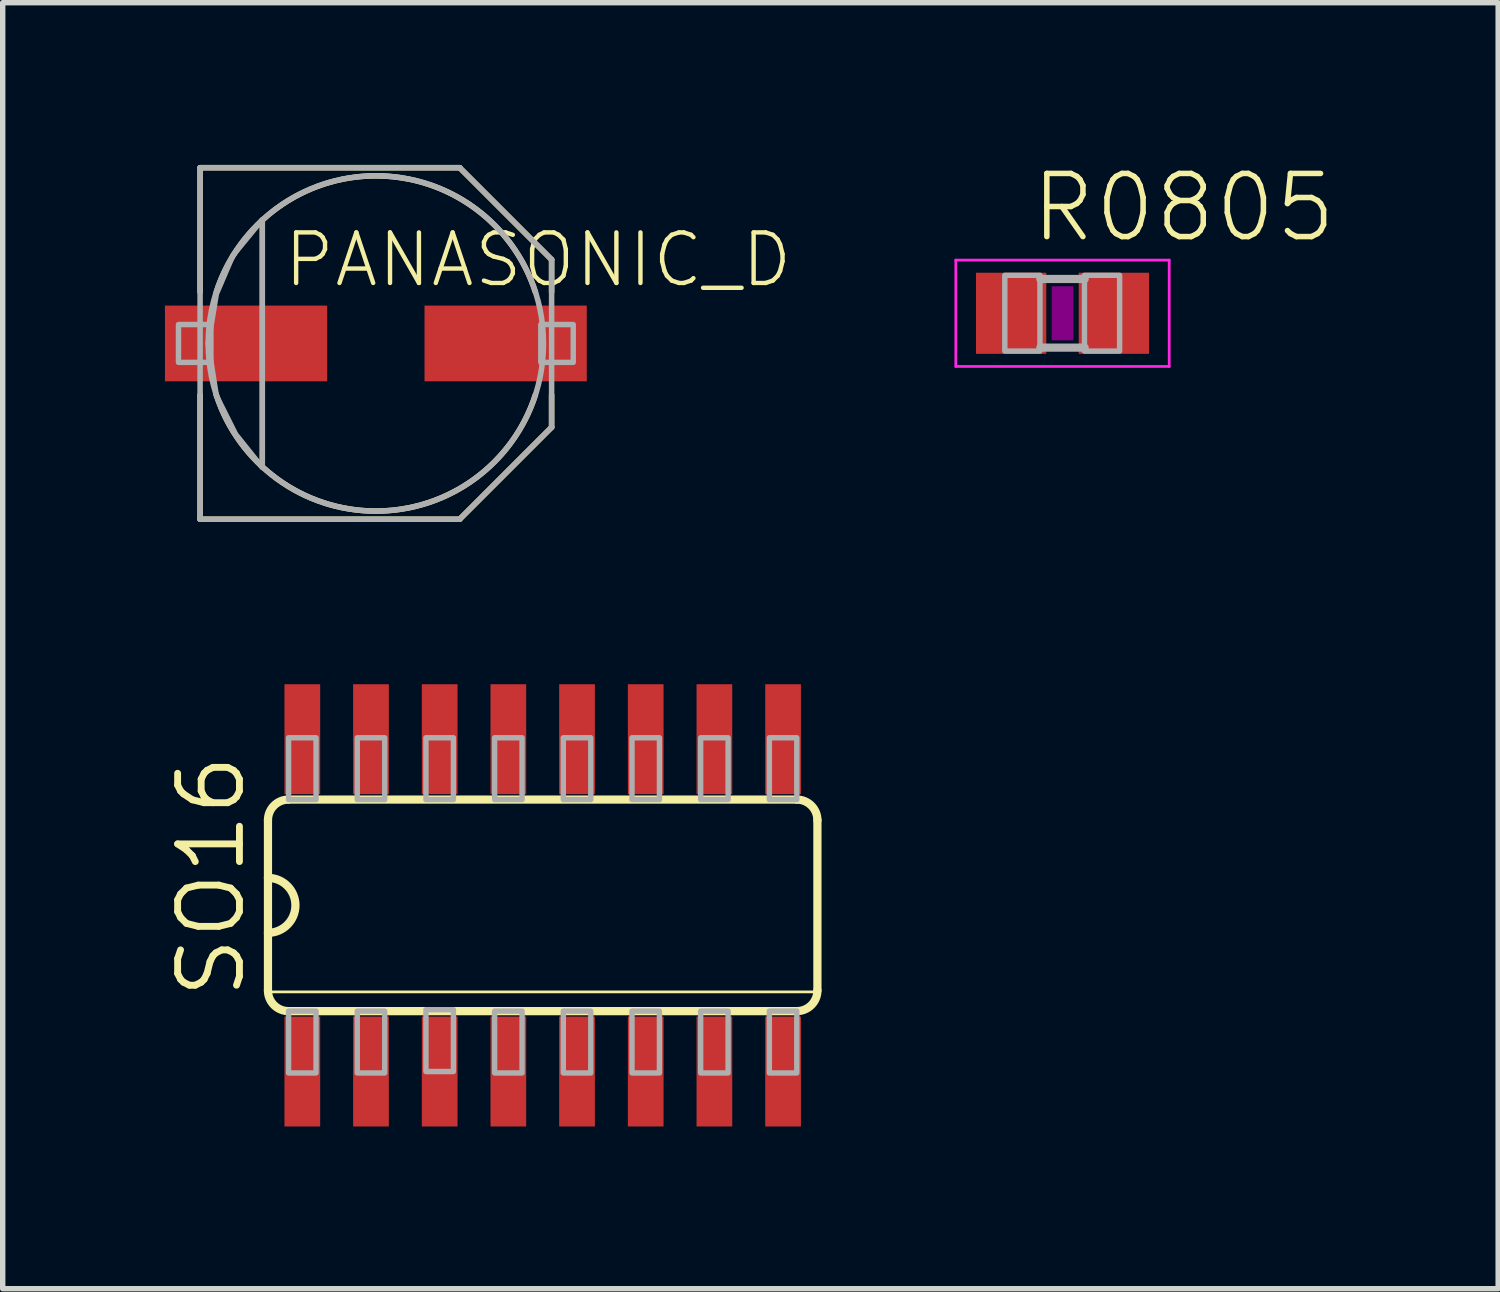
<source format=kicad_pcb>
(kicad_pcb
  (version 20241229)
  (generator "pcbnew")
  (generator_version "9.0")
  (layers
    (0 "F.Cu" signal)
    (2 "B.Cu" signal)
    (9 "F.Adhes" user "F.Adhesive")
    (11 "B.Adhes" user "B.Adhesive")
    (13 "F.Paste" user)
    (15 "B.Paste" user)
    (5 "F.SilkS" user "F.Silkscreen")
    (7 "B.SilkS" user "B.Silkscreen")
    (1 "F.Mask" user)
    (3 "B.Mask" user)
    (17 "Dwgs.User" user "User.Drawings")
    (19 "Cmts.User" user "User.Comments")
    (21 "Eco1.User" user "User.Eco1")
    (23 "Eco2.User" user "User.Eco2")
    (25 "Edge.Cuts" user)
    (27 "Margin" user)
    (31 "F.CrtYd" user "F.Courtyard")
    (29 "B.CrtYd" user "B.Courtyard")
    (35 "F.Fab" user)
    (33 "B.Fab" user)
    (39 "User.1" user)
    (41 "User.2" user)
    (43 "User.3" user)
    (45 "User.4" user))
  (footprint "R0805"
    (layer "F.Cu")
    (at 16.597 2.743)
    (property "Reference" "R0805" (at -0.635 -1.27 0) (layer "F.SilkS") (effects (font (size 1.168 1.168) (thickness 0.102)) (justify left bottom)))
    (fp_poly (pts (xy -0.2 0.5) (xy 0.2 0.5) (xy 0.2 -0.5) (xy -0.2 -0.5)) (stroke (width 0) (type solid)) (fill yes) (layer "F.Adhes"))
    (fp_line (start -1.973 -0.983) (end 1.973 -0.983) (stroke (width 0.051) (type solid)) (layer "F.CrtYd"))
    (fp_line (start -1.973 0.983) (end -1.973 -0.983) (stroke (width 0.051) (type solid)) (layer "F.CrtYd"))
    (fp_line (start 1.973 -0.983) (end 1.973 0.983) (stroke (width 0.051) (type solid)) (layer "F.CrtYd"))
    (fp_line (start 1.973 0.983) (end -1.973 0.983) (stroke (width 0.051) (type solid)) (layer "F.CrtYd"))
    (fp_line (start -0.41 -0.635) (end 0.41 -0.635) (stroke (width 0.152) (type solid)) (layer "F.Fab"))
    (fp_line (start -0.41 0.635) (end 0.41 0.635) (stroke (width 0.152) (type solid)) (layer "F.Fab"))
    (fp_poly (pts (xy -1.067 0.699) (xy -0.417 0.699) (xy -0.417 -0.702) (xy -1.067 -0.702)) (stroke (width 0.1) (type solid)) (fill no) (layer "F.Fab"))
    (fp_poly (pts (xy 0.406 0.699) (xy 1.056 0.699) (xy 1.056 -0.702) (xy 0.406 -0.702)) (stroke (width 0.1) (type solid)) (fill no) (layer "F.Fab"))
    (pad "1" smd rect (at -0.95 0) (size 1.3 1.5) (layers "F.Cu" "F.Mask" "F.Paste"))
    (pad "2" smd rect (at 0.95 0) (size 1.3 1.5) (layers "F.Cu" "F.Mask" "F.Paste")))
  (footprint "SO16"
    (layer "F.Cu")
    (at 6.985 13.691)
    (property "Reference" "SO16" (at -5.461 1.778 90) (layer "F.SilkS") (effects (font (size 1.143 1.143) (thickness 0.127)) (justify left bottom)))
    (fp_line (start -5.08 -1.575) (end -5.08 1.575) (stroke (width 0.152) (type solid)) (layer "F.SilkS"))
    (fp_line (start -5.08 1.6) (end 5.08 1.6) (stroke (width 0.051) (type solid)) (layer "F.SilkS"))
    (fp_line (start -4.699 1.956) (end 4.699 1.956) (stroke (width 0.152) (type solid)) (layer "F.SilkS"))
    (fp_line (start 4.699 -1.956) (end -4.699 -1.956) (stroke (width 0.152) (type solid)) (layer "F.SilkS"))
    (fp_line (start 5.08 1.575) (end 5.08 -1.575) (stroke (width 0.152) (type solid)) (layer "F.SilkS"))
    (fp_arc (start -5.08 -1.5748) (mid -4.968408 -1.844208) (end -4.699 -1.9558) (stroke (width 0.1524) (type solid)) (layer "F.SilkS"))
    (fp_arc (start -5.08 -0.508) (mid -4.572 0) (end -5.08 0.508) (stroke (width 0.1524) (type solid)) (layer "F.SilkS"))
    (fp_arc (start -4.699 1.9558) (mid -4.968408 1.844208) (end -5.08 1.5748) (stroke (width 0.1524) (type solid)) (layer "F.SilkS"))
    (fp_arc (start 4.699 -1.9558) (mid 4.968408 -1.844208) (end 5.08 -1.5748) (stroke (width 0.1524) (type solid)) (layer "F.SilkS"))
    (fp_arc (start 5.08 1.5748) (mid 4.968408 1.844208) (end 4.699 1.9558) (stroke (width 0.1524) (type solid)) (layer "F.SilkS"))
    (fp_poly (pts (xy -4.699 -1.956) (xy -4.191 -1.956) (xy -4.191 -3.099) (xy -4.699 -3.099)) (stroke (width 0.1) (type solid)) (fill no) (layer "F.Fab"))
    (fp_poly (pts (xy -4.699 3.099) (xy -4.191 3.099) (xy -4.191 1.956) (xy -4.699 1.956)) (stroke (width 0.1) (type solid)) (fill no) (layer "F.Fab"))
    (fp_poly (pts (xy -3.429 -1.956) (xy -2.921 -1.956) (xy -2.921 -3.099) (xy -3.429 -3.099)) (stroke (width 0.1) (type solid)) (fill no) (layer "F.Fab"))
    (fp_poly (pts (xy -3.429 3.099) (xy -2.921 3.099) (xy -2.921 1.956) (xy -3.429 1.956)) (stroke (width 0.1) (type solid)) (fill no) (layer "F.Fab"))
    (fp_poly (pts (xy -2.159 -1.956) (xy -1.651 -1.956) (xy -1.651 -3.099) (xy -2.159 -3.099)) (stroke (width 0.1) (type solid)) (fill no) (layer "F.Fab"))
    (fp_poly (pts (xy -2.159 3.073) (xy -1.651 3.073) (xy -1.651 1.93) (xy -2.159 1.93)) (stroke (width 0.1) (type solid)) (fill no) (layer "F.Fab"))
    (fp_poly (pts (xy -0.889 -1.956) (xy -0.381 -1.956) (xy -0.381 -3.099) (xy -0.889 -3.099)) (stroke (width 0.1) (type solid)) (fill no) (layer "F.Fab"))
    (fp_poly (pts (xy -0.889 3.099) (xy -0.381 3.099) (xy -0.381 1.956) (xy -0.889 1.956)) (stroke (width 0.1) (type solid)) (fill no) (layer "F.Fab"))
    (fp_poly (pts (xy 0.381 -1.956) (xy 0.889 -1.956) (xy 0.889 -3.099) (xy 0.381 -3.099)) (stroke (width 0.1) (type solid)) (fill no) (layer "F.Fab"))
    (fp_poly (pts (xy 0.381 3.099) (xy 0.889 3.099) (xy 0.889 1.956) (xy 0.381 1.956)) (stroke (width 0.1) (type solid)) (fill no) (layer "F.Fab"))
    (fp_poly (pts (xy 1.651 -1.956) (xy 2.159 -1.956) (xy 2.159 -3.099) (xy 1.651 -3.099)) (stroke (width 0.1) (type solid)) (fill no) (layer "F.Fab"))
    (fp_poly (pts (xy 1.651 3.099) (xy 2.159 3.099) (xy 2.159 1.956) (xy 1.651 1.956)) (stroke (width 0.1) (type solid)) (fill no) (layer "F.Fab"))
    (fp_poly (pts (xy 2.921 -1.956) (xy 3.429 -1.956) (xy 3.429 -3.099) (xy 2.921 -3.099)) (stroke (width 0.1) (type solid)) (fill no) (layer "F.Fab"))
    (fp_poly (pts (xy 2.921 3.099) (xy 3.429 3.099) (xy 3.429 1.956) (xy 2.921 1.956)) (stroke (width 0.1) (type solid)) (fill no) (layer "F.Fab"))
    (fp_poly (pts (xy 4.191 -1.956) (xy 4.699 -1.956) (xy 4.699 -3.099) (xy 4.191 -3.099)) (stroke (width 0.1) (type solid)) (fill no) (layer "F.Fab"))
    (fp_poly (pts (xy 4.191 3.099) (xy 4.699 3.099) (xy 4.699 1.956) (xy 4.191 1.956)) (stroke (width 0.1) (type solid)) (fill no) (layer "F.Fab"))
    (pad "1" smd rect (at -4.445 3.073) (size 0.66 2.032) (layers "F.Cu" "F.Mask" "F.Paste"))
    (pad "2" smd rect (at -3.175 3.073) (size 0.66 2.032) (layers "F.Cu" "F.Mask" "F.Paste"))
    (pad "3" smd rect (at -1.905 3.073) (size 0.66 2.032) (layers "F.Cu" "F.Mask" "F.Paste"))
    (pad "4" smd rect (at -0.635 3.073) (size 0.66 2.032) (layers "F.Cu" "F.Mask" "F.Paste"))
    (pad "5" smd rect (at 0.635 3.073) (size 0.66 2.032) (layers "F.Cu" "F.Mask" "F.Paste"))
    (pad "6" smd rect (at 1.905 3.073) (size 0.66 2.032) (layers "F.Cu" "F.Mask" "F.Paste"))
    (pad "7" smd rect (at 3.175 3.073) (size 0.66 2.032) (layers "F.Cu" "F.Mask" "F.Paste"))
    (pad "8" smd rect (at 4.445 3.073) (size 0.66 2.032) (layers "F.Cu" "F.Mask" "F.Paste"))
    (pad "9" smd rect (at 4.445 -3.073) (size 0.66 2.032) (layers "F.Cu" "F.Mask" "F.Paste"))
    (pad "10" smd rect (at 3.175 -3.073) (size 0.66 2.032) (layers "F.Cu" "F.Mask" "F.Paste"))
    (pad "11" smd rect (at 1.905 -3.073) (size 0.66 2.032) (layers "F.Cu" "F.Mask" "F.Paste"))
    (pad "12" smd rect (at 0.635 -3.073) (size 0.66 2.032) (layers "F.Cu" "F.Mask" "F.Paste"))
    (pad "13" smd rect (at -0.635 -3.073) (size 0.66 2.032) (layers "F.Cu" "F.Mask" "F.Paste"))
    (pad "14" smd rect (at -1.905 -3.073) (size 0.66 2.032) (layers "F.Cu" "F.Mask" "F.Paste"))
    (pad "15" smd rect (at -3.175 -3.073) (size 0.66 2.032) (layers "F.Cu" "F.Mask" "F.Paste"))
    (pad "16" smd rect (at -4.445 -3.073) (size 0.66 2.032) (layers "F.Cu" "F.Mask" "F.Paste")))
  (footprint "PANASONIC_D"
    (layer "F.Cu")
    (at 3.9 3.301)
    (property "Reference" "PANASONIC_D" (at -1.75 -1 0) (layer "F.SilkS") (effects (font (size 0.935 0.935) (thickness 0.081)) (justify left bottom)))
    (fp_line (start -3.25 -3.25) (end 1.55 -3.25) (stroke (width 0.102) (type solid)) (layer "F.SilkS"))
    (fp_line (start -3.25 -0.95) (end -3.25 -3.25) (stroke (width 0.102) (type solid)) (layer "F.SilkS"))
    (fp_line (start -3.25 3.25) (end -3.25 0.95) (stroke (width 0.102) (type solid)) (layer "F.SilkS"))
    (fp_line (start 1.55 -3.25) (end 3.25 -1.55) (stroke (width 0.102) (type solid)) (layer "F.SilkS"))
    (fp_line (start 1.55 3.25) (end -3.25 3.25) (stroke (width 0.102) (type solid)) (layer "F.SilkS"))
    (fp_line (start 3.25 -1.55) (end 3.25 -0.95) (stroke (width 0.102) (type solid)) (layer "F.SilkS"))
    (fp_line (start 3.25 0.95) (end 3.25 1.55) (stroke (width 0.102) (type solid)) (layer "F.SilkS"))
    (fp_line (start 3.25 1.55) (end 1.55 3.25) (stroke (width 0.102) (type solid)) (layer "F.SilkS"))
    (fp_arc (start -2.95 -0.95) (mid 0 -3.099193) (end 2.95 -0.95) (stroke (width 0.1016) (type solid)) (layer "F.SilkS"))
    (fp_arc (start 2.95 0.95) (mid 0 3.099193) (end -2.95 0.95) (stroke (width 0.1016) (type solid)) (layer "F.SilkS"))
    (fp_line (start -3.25 -3.25) (end 1.55 -3.25) (stroke (width 0.102) (type solid)) (layer "F.Fab"))
    (fp_line (start -3.25 3.25) (end -3.25 -3.25) (stroke (width 0.102) (type solid)) (layer "F.Fab"))
    (fp_line (start -2.1 -2.25) (end -2.1 2.2) (stroke (width 0.102) (type solid)) (layer "F.Fab"))
    (fp_line (start 1.55 -3.25) (end 3.25 -1.55) (stroke (width 0.102) (type solid)) (layer "F.Fab"))
    (fp_line (start 1.55 3.25) (end -3.25 3.25) (stroke (width 0.102) (type solid)) (layer "F.Fab"))
    (fp_line (start 3.25 -1.55) (end 3.25 1.55) (stroke (width 0.102) (type solid)) (layer "F.Fab"))
    (fp_line (start 3.25 1.55) (end 1.55 3.25) (stroke (width 0.102) (type solid)) (layer "F.Fab"))
    (fp_circle (center 0 0) (end 3.1 0) (stroke (width 0.102) (type solid)) (fill no) (layer "F.Fab"))
    (fp_poly (pts (xy -3.65 0.35) (xy -3.05 0.35) (xy -3.05 -0.35) (xy -3.65 -0.35)) (stroke (width 0.1) (type solid)) (fill no) (layer "F.Fab"))
    (fp_poly (pts (xy 3.05 0.35) (xy 3.65 0.35) (xy 3.65 -0.35) (xy 3.05 -0.35)) (stroke (width 0.1) (type solid)) (fill no) (layer "F.Fab"))
    (fp_poly (pts (xy -2.099 2.295) (xy -2.593 1.678) (xy -2.949 0.966) (xy -3.101 -0.00022) (xy -2.949 -0.914) (xy -2.644 -1.627) (xy -2.099 -2.292)) (stroke (width 0.1) (type solid)) (fill no) (layer "F.Fab"))
    (pad "+" smd rect (at 2.4 0) (size 3 1.4) (layers "F.Cu" "F.Mask" "F.Paste"))
    (pad "-" smd rect (at -2.4 0) (size 3 1.4) (layers "F.Cu" "F.Mask" "F.Paste")))
  (gr_rect
    (start -3 -3)
    (end 24.653 20.78)
    (stroke (width 0.1) (type default))
    (fill no)
    (layer "Edge.Cuts")))
</source>
